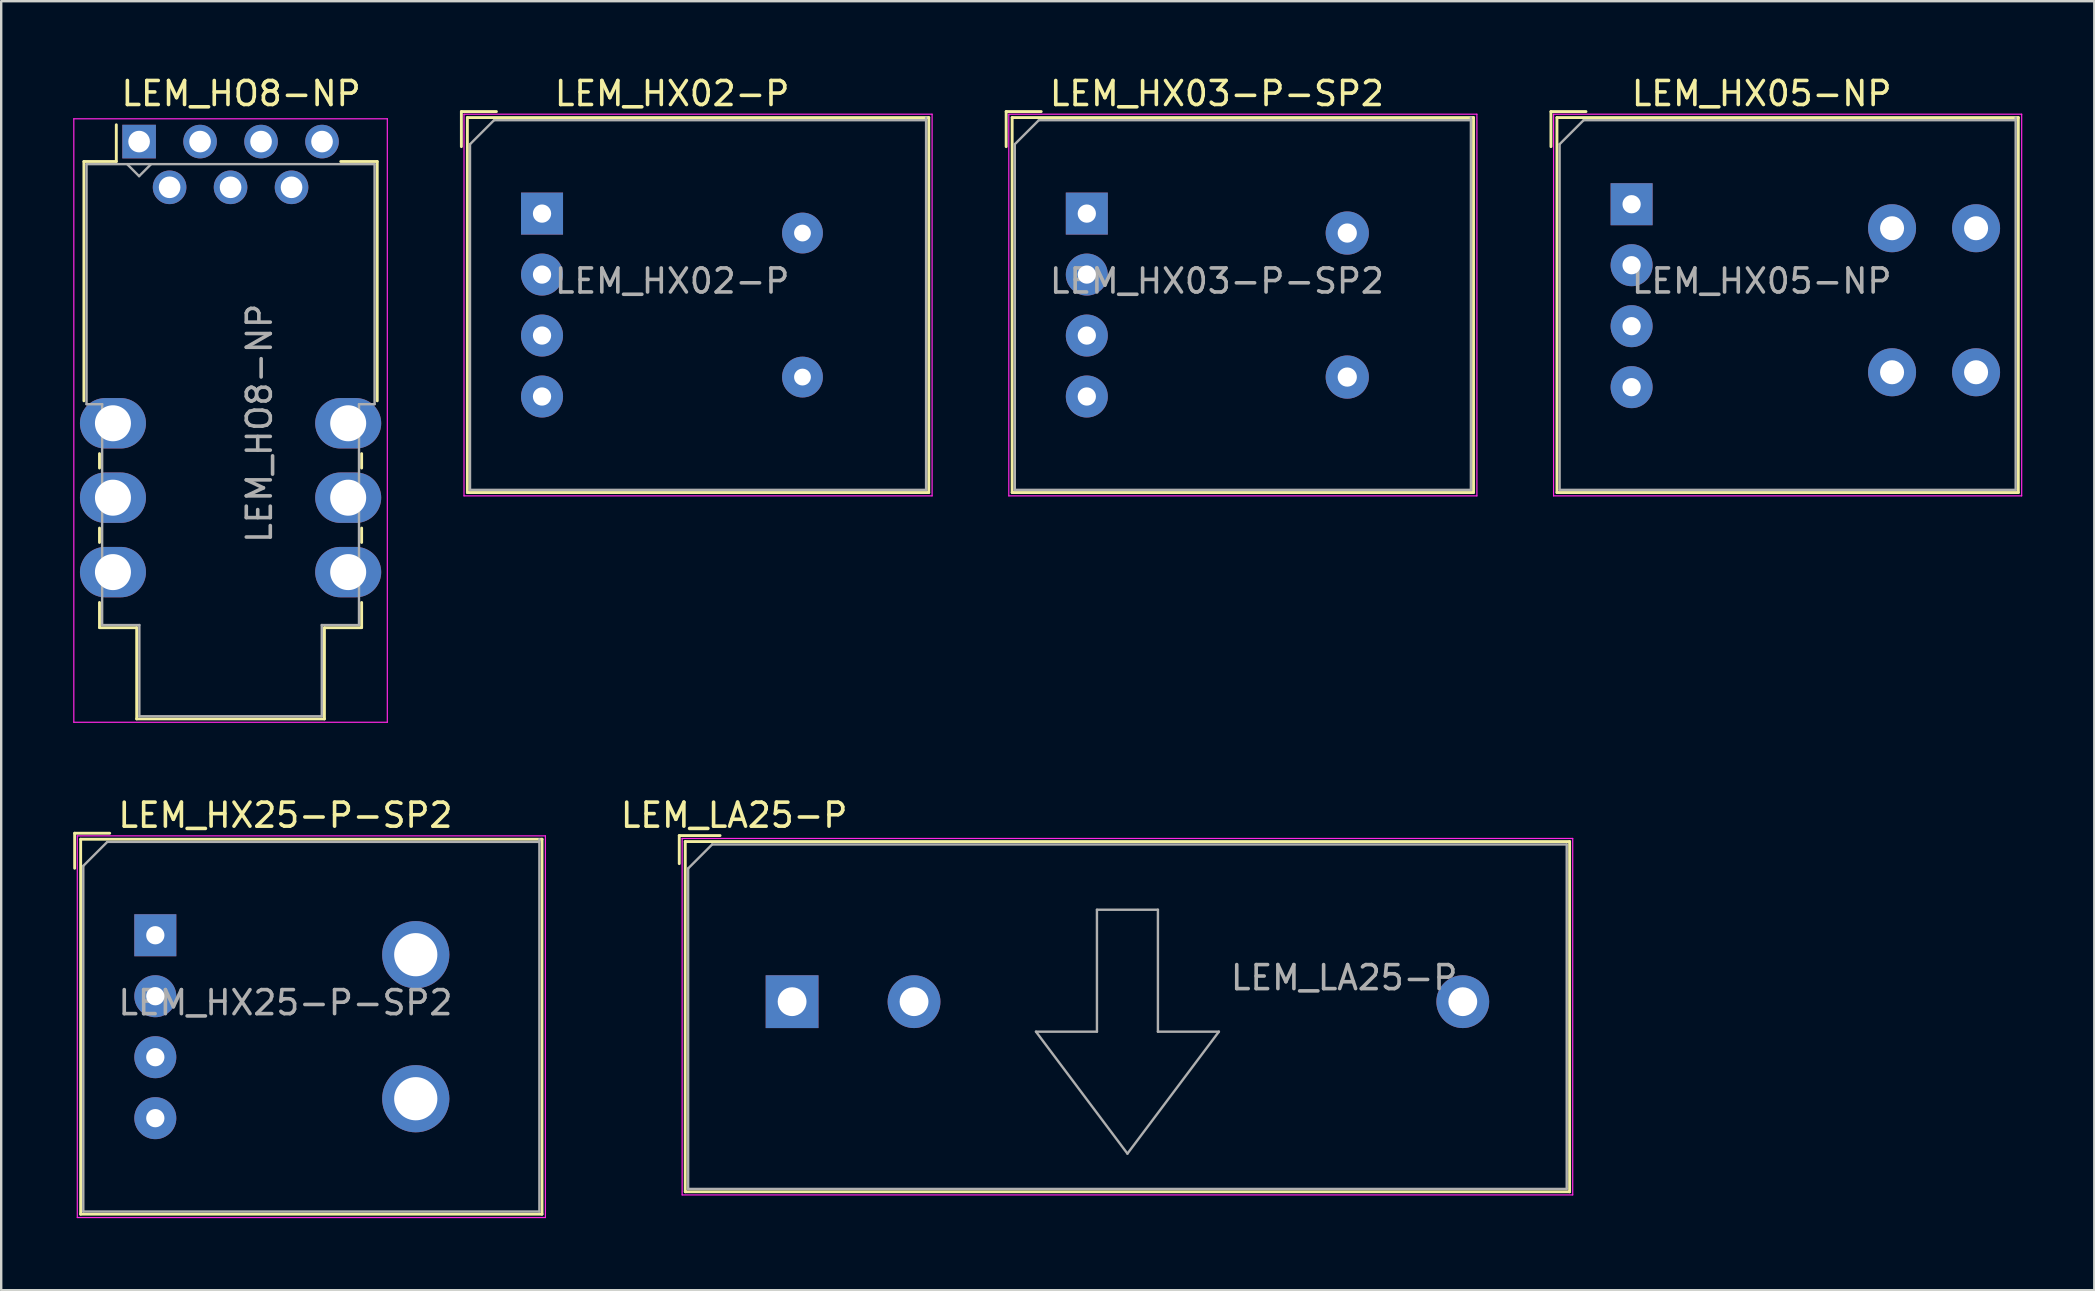
<source format=kicad_pcb>
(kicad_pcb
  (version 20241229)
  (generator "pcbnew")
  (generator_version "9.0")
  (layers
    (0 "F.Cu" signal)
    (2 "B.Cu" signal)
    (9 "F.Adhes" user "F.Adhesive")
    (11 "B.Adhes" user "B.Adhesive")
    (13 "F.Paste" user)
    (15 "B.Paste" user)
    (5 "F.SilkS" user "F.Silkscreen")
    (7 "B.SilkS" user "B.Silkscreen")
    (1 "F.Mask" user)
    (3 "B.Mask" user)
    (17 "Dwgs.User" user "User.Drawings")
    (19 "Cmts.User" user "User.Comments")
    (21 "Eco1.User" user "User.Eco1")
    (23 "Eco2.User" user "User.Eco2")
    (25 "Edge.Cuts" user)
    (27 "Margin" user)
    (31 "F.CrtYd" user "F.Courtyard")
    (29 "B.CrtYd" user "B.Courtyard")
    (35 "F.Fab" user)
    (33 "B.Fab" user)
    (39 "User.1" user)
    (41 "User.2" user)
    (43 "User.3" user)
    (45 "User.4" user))
  (footprint "LEM_HX25-P-SP2"
    (layer "F.Cu")
    (at 3.42 35.911)
    (property "Reference" "LEM_HX25-P-SP2" (at 5.42 -5 0) (layer "F.SilkS") (effects (font (size 1 1) (thickness 0.15))))
    (attr through_hole)
    (fp_line (start -3.36 -2.79) (end -3.36 -4.25) (stroke (width 0.12) (type solid)) (layer "F.SilkS"))
    (fp_line (start -3.11 -4) (end -3.11 11.62) (stroke (width 0.12) (type solid)) (layer "F.SilkS"))
    (fp_line (start -3.11 11.62) (end 16.11 11.62) (stroke (width 0.12) (type solid)) (layer "F.SilkS"))
    (fp_line (start -1.9 -4.25) (end -3.36 -4.25) (stroke (width 0.12) (type solid)) (layer "F.SilkS"))
    (fp_line (start 16.11 -4) (end -3.11 -4) (stroke (width 0.12) (type solid)) (layer "F.SilkS"))
    (fp_line (start 16.11 11.62) (end 16.11 -4) (stroke (width 0.12) (type solid)) (layer "F.SilkS"))
    (fp_line (start -3.25 -4.14) (end -3.25 11.76) (stroke (width 0.05) (type solid)) (layer "F.CrtYd"))
    (fp_line (start -3.25 11.76) (end 16.25 11.76) (stroke (width 0.05) (type solid)) (layer "F.CrtYd"))
    (fp_line (start 16.25 -4.14) (end -3.25 -4.14) (stroke (width 0.05) (type solid)) (layer "F.CrtYd"))
    (fp_line (start 16.25 11.76) (end 16.25 -4.14) (stroke (width 0.05) (type solid)) (layer "F.CrtYd"))
    (fp_line (start -3 -2.89) (end -3 11.51) (stroke (width 0.1) (type solid)) (layer "F.Fab"))
    (fp_line (start -3 11.51) (end 16 11.51) (stroke (width 0.1) (type solid)) (layer "F.Fab"))
    (fp_line (start -2 -3.89) (end -3 -2.89) (stroke (width 0.1) (type solid)) (layer "F.Fab"))
    (fp_line (start 16 -3.89) (end -2 -3.89) (stroke (width 0.1) (type solid)) (layer "F.Fab"))
    (fp_line (start 16 11.51) (end 16 -4) (stroke (width 0.1) (type solid)) (layer "F.Fab"))
    (fp_text user "${REFERENCE}" (at 5.42 2.81 0) (layer "F.Fab") (effects (font (size 1 1) (thickness 0.15))))
    (pad "1" thru_hole rect (at 0 0) (size 1.75 1.75) (drill 0.76) (layers "*.Cu" "*.Mask"))
    (pad "2" thru_hole circle (at 0 2.54) (size 1.75 1.75) (drill 0.76) (layers "*.Cu" "*.Mask"))
    (pad "3" thru_hole circle (at 0 5.08) (size 1.75 1.75) (drill 0.76) (layers "*.Cu" "*.Mask"))
    (pad "4" thru_hole circle (at 0 7.62) (size 1.75 1.75) (drill 0.76) (layers "*.Cu" "*.Mask"))
    (pad "5" thru_hole circle (at 10.85 0.81) (size 2.8 2.8) (drill 1.8) (layers "*.Cu" "*.Mask"))
    (pad "6" thru_hole circle (at 10.85 6.81) (size 2.8 2.8) (drill 1.8) (layers "*.Cu" "*.Mask")))
  (footprint "LEM_LA25-P"
    (layer "F.Cu")
    (at 29.947 38.678)
    (property "Reference" "LEM_LA25-P" (at -2.413 -7.767 0) (layer "F.SilkS") (effects (font (size 1 1) (thickness 0.15))))
    (attr through_hole)
    (fp_line (start -4.7 -6.92) (end -4.7 -5.75) (stroke (width 0.12) (type solid)) (layer "F.SilkS"))
    (fp_line (start -4.45 -6.67) (end -4.45 7.92) (stroke (width 0.12) (type solid)) (layer "F.SilkS"))
    (fp_line (start -4.45 7.92) (end 32.39 7.92) (stroke (width 0.12) (type solid)) (layer "F.SilkS"))
    (fp_line (start -3 -6.92) (end -4.7 -6.92) (stroke (width 0.12) (type solid)) (layer "F.SilkS"))
    (fp_line (start 32.39 -6.67) (end -4.45 -6.67) (stroke (width 0.12) (type solid)) (layer "F.SilkS"))
    (fp_line (start 32.39 7.92) (end 32.39 -6.67) (stroke (width 0.12) (type solid)) (layer "F.SilkS"))
    (fp_line (start -4.58 -6.8) (end -4.58 8.05) (stroke (width 0.05) (type solid)) (layer "F.CrtYd"))
    (fp_line (start -4.58 -6.8) (end 32.52 -6.8) (stroke (width 0.05) (type solid)) (layer "F.CrtYd"))
    (fp_line (start 32.52 8.05) (end -4.58 8.05) (stroke (width 0.05) (type solid)) (layer "F.CrtYd"))
    (fp_line (start 32.52 8.05) (end 32.52 -6.8) (stroke (width 0.05) (type solid)) (layer "F.CrtYd"))
    (fp_line (start -4.33 -5.55) (end -3.33 -6.55) (stroke (width 0.1) (type solid)) (layer "F.Fab"))
    (fp_line (start -4.33 7.8) (end -4.33 -5.55) (stroke (width 0.1) (type solid)) (layer "F.Fab"))
    (fp_line (start -3.33 -6.55) (end 32.27 -6.55) (stroke (width 0.1) (type solid)) (layer "F.Fab"))
    (fp_line (start 10.16 1.25) (end 13.97 6.33) (stroke (width 0.1) (type solid)) (layer "F.Fab"))
    (fp_line (start 12.7 -3.83) (end 12.7 1.25) (stroke (width 0.1) (type solid)) (layer "F.Fab"))
    (fp_line (start 12.7 1.25) (end 10.16 1.25) (stroke (width 0.1) (type solid)) (layer "F.Fab"))
    (fp_line (start 13.97 6.33) (end 17.78 1.25) (stroke (width 0.1) (type solid)) (layer "F.Fab"))
    (fp_line (start 15.24 -3.83) (end 12.7 -3.83) (stroke (width 0.1) (type solid)) (layer "F.Fab"))
    (fp_line (start 15.24 1.25) (end 15.24 -3.83) (stroke (width 0.1) (type solid)) (layer "F.Fab"))
    (fp_line (start 17.78 1.25) (end 15.24 1.25) (stroke (width 0.1) (type solid)) (layer "F.Fab"))
    (fp_line (start 32.27 -6.55) (end 32.27 7.8) (stroke (width 0.1) (type solid)) (layer "F.Fab"))
    (fp_line (start 32.27 7.8) (end -4.33 7.8) (stroke (width 0.1) (type solid)) (layer "F.Fab"))
    (fp_text user "${REFERENCE}" (at 23 -1 0) (layer "F.Fab") (effects (font (size 1 1) (thickness 0.15))))
    (pad "1" thru_hole rect (at 0 0) (size 2.2 2.2) (drill 1.2) (layers "*.Cu" "*.Mask"))
    (pad "2" thru_hole circle (at 5.08 0) (size 2.2 2.2) (drill 1.2) (layers "*.Cu" "*.Mask"))
    (pad "3" thru_hole circle (at 27.94 0) (size 2.2 2.2) (drill 1.2) (layers "*.Cu" "*.Mask")))
  (footprint "LEM_HX03-P-SP2"
    (layer "F.Cu")
    (at 42.225 5.848)
    (property "Reference" "LEM_HX03-P-SP2" (at 5.42 -5 0) (layer "F.SilkS") (effects (font (size 1 1) (thickness 0.15))))
    (attr through_hole)
    (fp_line (start -3.36 -2.79) (end -3.36 -4.25) (stroke (width 0.12) (type solid)) (layer "F.SilkS"))
    (fp_line (start -3.11 -4) (end -3.11 11.62) (stroke (width 0.12) (type solid)) (layer "F.SilkS"))
    (fp_line (start -3.11 11.62) (end 16.11 11.62) (stroke (width 0.12) (type solid)) (layer "F.SilkS"))
    (fp_line (start -1.9 -4.25) (end -3.36 -4.25) (stroke (width 0.12) (type solid)) (layer "F.SilkS"))
    (fp_line (start 16.11 -4) (end -3.11 -4) (stroke (width 0.12) (type solid)) (layer "F.SilkS"))
    (fp_line (start 16.11 11.62) (end 16.11 -4) (stroke (width 0.12) (type solid)) (layer "F.SilkS"))
    (fp_line (start -3.25 -4.14) (end -3.25 11.76) (stroke (width 0.05) (type solid)) (layer "F.CrtYd"))
    (fp_line (start -3.25 11.76) (end 16.25 11.76) (stroke (width 0.05) (type solid)) (layer "F.CrtYd"))
    (fp_line (start 16.25 -4.14) (end -3.25 -4.14) (stroke (width 0.05) (type solid)) (layer "F.CrtYd"))
    (fp_line (start 16.25 11.76) (end 16.25 -4.14) (stroke (width 0.05) (type solid)) (layer "F.CrtYd"))
    (fp_line (start -3 -2.89) (end -3 11.51) (stroke (width 0.1) (type solid)) (layer "F.Fab"))
    (fp_line (start -3 11.51) (end 16 11.51) (stroke (width 0.1) (type solid)) (layer "F.Fab"))
    (fp_line (start -2 -3.89) (end -3 -2.89) (stroke (width 0.1) (type solid)) (layer "F.Fab"))
    (fp_line (start 16 -3.89) (end -2 -3.89) (stroke (width 0.1) (type solid)) (layer "F.Fab"))
    (fp_line (start 16 11.51) (end 16 -4) (stroke (width 0.1) (type solid)) (layer "F.Fab"))
    (fp_text user "${REFERENCE}" (at 5.42 2.81 0) (layer "F.Fab") (effects (font (size 1 1) (thickness 0.15))))
    (pad "1" thru_hole rect (at 0 0) (size 1.75 1.75) (drill 0.76) (layers "*.Cu" "*.Mask"))
    (pad "2" thru_hole circle (at 0 2.54) (size 1.75 1.75) (drill 0.76) (layers "*.Cu" "*.Mask"))
    (pad "3" thru_hole circle (at 0 5.08) (size 1.75 1.75) (drill 0.76) (layers "*.Cu" "*.Mask"))
    (pad "4" thru_hole circle (at 0 7.62) (size 1.75 1.75) (drill 0.76) (layers "*.Cu" "*.Mask"))
    (pad "5" thru_hole circle (at 10.85 0.81) (size 1.8 1.8) (drill 0.8) (layers "*.Cu" "*.Mask"))
    (pad "6" thru_hole circle (at 10.85 6.81) (size 1.8 1.8) (drill 0.8) (layers "*.Cu" "*.Mask")))
  (footprint "LEM_HX02-P"
    (layer "F.Cu")
    (at 19.53 5.848)
    (property "Reference" "LEM_HX02-P" (at 5.42 -5 0) (layer "F.SilkS") (effects (font (size 1 1) (thickness 0.15))))
    (attr through_hole)
    (fp_line (start -3.36 -2.79) (end -3.36 -4.25) (stroke (width 0.12) (type solid)) (layer "F.SilkS"))
    (fp_line (start -3.11 -4) (end -3.11 11.62) (stroke (width 0.12) (type solid)) (layer "F.SilkS"))
    (fp_line (start -3.11 11.62) (end 16.11 11.62) (stroke (width 0.12) (type solid)) (layer "F.SilkS"))
    (fp_line (start -1.9 -4.25) (end -3.36 -4.25) (stroke (width 0.12) (type solid)) (layer "F.SilkS"))
    (fp_line (start 16.11 -4) (end -3.11 -4) (stroke (width 0.12) (type solid)) (layer "F.SilkS"))
    (fp_line (start 16.11 11.62) (end 16.11 -4) (stroke (width 0.12) (type solid)) (layer "F.SilkS"))
    (fp_line (start -3.25 -4.14) (end -3.25 11.76) (stroke (width 0.05) (type solid)) (layer "F.CrtYd"))
    (fp_line (start -3.25 11.76) (end 16.25 11.76) (stroke (width 0.05) (type solid)) (layer "F.CrtYd"))
    (fp_line (start 16.25 -4.14) (end -3.25 -4.14) (stroke (width 0.05) (type solid)) (layer "F.CrtYd"))
    (fp_line (start 16.25 11.76) (end 16.25 -4.14) (stroke (width 0.05) (type solid)) (layer "F.CrtYd"))
    (fp_line (start -3 -2.89) (end -3 11.51) (stroke (width 0.1) (type solid)) (layer "F.Fab"))
    (fp_line (start -3 11.51) (end 16 11.51) (stroke (width 0.1) (type solid)) (layer "F.Fab"))
    (fp_line (start -2 -3.89) (end -3 -2.89) (stroke (width 0.1) (type solid)) (layer "F.Fab"))
    (fp_line (start 16 -3.89) (end -2 -3.89) (stroke (width 0.1) (type solid)) (layer "F.Fab"))
    (fp_line (start 16 11.51) (end 16 -4) (stroke (width 0.1) (type solid)) (layer "F.Fab"))
    (fp_text user "${REFERENCE}" (at 5.42 2.81 0) (layer "F.Fab") (effects (font (size 1 1) (thickness 0.15))))
    (pad "1" thru_hole rect (at 0 0) (size 1.75 1.75) (drill 0.76) (layers "*.Cu" "*.Mask"))
    (pad "2" thru_hole circle (at 0 2.54) (size 1.75 1.75) (drill 0.76) (layers "*.Cu" "*.Mask"))
    (pad "3" thru_hole circle (at 0 5.08) (size 1.75 1.75) (drill 0.76) (layers "*.Cu" "*.Mask"))
    (pad "4" thru_hole circle (at 0 7.62) (size 1.75 1.75) (drill 0.76) (layers "*.Cu" "*.Mask"))
    (pad "5" thru_hole circle (at 10.85 0.81) (size 1.7 1.7) (drill 0.7) (layers "*.Cu" "*.Mask"))
    (pad "6" thru_hole circle (at 10.85 6.81) (size 1.7 1.7) (drill 0.7) (layers "*.Cu" "*.Mask")))
  (footprint "LEM_HX05-NP"
    (layer "F.Cu")
    (at 64.92 5.458)
    (property "Reference" "LEM_HX05-NP" (at 5.42 -4.61 0) (layer "F.SilkS") (effects (font (size 1 1) (thickness 0.15))))
    (attr through_hole)
    (fp_line (start -3.36 -2.4) (end -3.36 -3.86) (stroke (width 0.12) (type solid)) (layer "F.SilkS"))
    (fp_line (start -3.11 -3.61) (end -3.11 12.01) (stroke (width 0.12) (type solid)) (layer "F.SilkS"))
    (fp_line (start -3.11 12.01) (end 16.11 12.01) (stroke (width 0.12) (type solid)) (layer "F.SilkS"))
    (fp_line (start -1.9 -3.86) (end -3.36 -3.86) (stroke (width 0.12) (type solid)) (layer "F.SilkS"))
    (fp_line (start 16.11 -3.61) (end -3.11 -3.61) (stroke (width 0.12) (type solid)) (layer "F.SilkS"))
    (fp_line (start 16.11 12.01) (end 16.11 -3.61) (stroke (width 0.12) (type solid)) (layer "F.SilkS"))
    (fp_line (start -3.25 -3.75) (end -3.25 12.15) (stroke (width 0.05) (type solid)) (layer "F.CrtYd"))
    (fp_line (start -3.25 12.15) (end 16.25 12.15) (stroke (width 0.05) (type solid)) (layer "F.CrtYd"))
    (fp_line (start 16.25 -3.75) (end -3.25 -3.75) (stroke (width 0.05) (type solid)) (layer "F.CrtYd"))
    (fp_line (start 16.25 12.15) (end 16.25 -3.75) (stroke (width 0.05) (type solid)) (layer "F.CrtYd"))
    (fp_line (start -3 -2.5) (end -3 11.9) (stroke (width 0.1) (type solid)) (layer "F.Fab"))
    (fp_line (start -3 11.9) (end 16 11.9) (stroke (width 0.1) (type solid)) (layer "F.Fab"))
    (fp_line (start -2 -3.5) (end -3 -2.5) (stroke (width 0.1) (type solid)) (layer "F.Fab"))
    (fp_line (start 16 -3.5) (end -2 -3.5) (stroke (width 0.1) (type solid)) (layer "F.Fab"))
    (fp_line (start 16 11.9) (end 16 -3.61) (stroke (width 0.1) (type solid)) (layer "F.Fab"))
    (fp_text user "${REFERENCE}" (at 5.42 3.2 0) (layer "F.Fab") (effects (font (size 1 1) (thickness 0.15))))
    (pad "1" thru_hole rect (at 0 0) (size 1.75 1.75) (drill 0.76) (layers "*.Cu" "*.Mask"))
    (pad "2" thru_hole circle (at 0 2.54) (size 1.75 1.75) (drill 0.76) (layers "*.Cu" "*.Mask"))
    (pad "3" thru_hole circle (at 0 5.08) (size 1.75 1.75) (drill 0.76) (layers "*.Cu" "*.Mask"))
    (pad "4" thru_hole circle (at 0 7.62) (size 1.75 1.75) (drill 0.76) (layers "*.Cu" "*.Mask"))
    (pad "5" thru_hole circle (at 10.85 1) (size 2 2) (drill 1) (layers "*.Cu" "*.Mask"))
    (pad "6" thru_hole circle (at 10.85 7) (size 2 2) (drill 1) (layers "*.Cu" "*.Mask"))
    (pad "7" thru_hole circle (at 14.35 1) (size 2 2) (drill 1) (layers "*.Cu" "*.Mask"))
    (pad "8" thru_hole circle (at 14.35 7) (size 2 2) (drill 1) (layers "*.Cu" "*.Mask")))
  (footprint "LEM_HO8-NP"
    (layer "F.Cu")
    (at 2.745 2.848)
    (property "Reference" "LEM_HO8-NP" (at 4.25 -2 180) (layer "F.SilkS") (effects (font (size 1 1) (thickness 0.15))))
    (attr through_hole)
    (fp_line (start -2.3 0.83) (end -2.3 10.8) (stroke (width 0.12) (type solid)) (layer "F.SilkS"))
    (fp_line (start -2.3 0.83) (end -0.95 0.83) (stroke (width 0.12) (type solid)) (layer "F.SilkS"))
    (fp_line (start -1.65 13) (end -1.65 13.6) (stroke (width 0.12) (type solid)) (layer "F.SilkS"))
    (fp_line (start -1.65 16.1) (end -1.65 16.7) (stroke (width 0.12) (type solid)) (layer "F.SilkS"))
    (fp_line (start -1.65 19.2) (end -1.65 20.24) (stroke (width 0.12) (type solid)) (layer "F.SilkS"))
    (fp_line (start -1.65 20.25) (end -0.1 20.25) (stroke (width 0.12) (type solid)) (layer "F.SilkS"))
    (fp_line (start -0.95 0.83) (end -0.95 -0.7) (stroke (width 0.12) (type solid)) (layer "F.SilkS"))
    (fp_line (start -0.1 20.25) (end -0.1 24.05) (stroke (width 0.12) (type solid)) (layer "F.SilkS"))
    (fp_line (start -0.1 24.05) (end 7.72 24.05) (stroke (width 0.12) (type solid)) (layer "F.SilkS"))
    (fp_line (start 7.72 20.25) (end 9.27 20.25) (stroke (width 0.12) (type solid)) (layer "F.SilkS"))
    (fp_line (start 7.72 24.05) (end 7.72 20.25) (stroke (width 0.12) (type solid)) (layer "F.SilkS"))
    (fp_line (start 9.27 13) (end 9.27 13.6) (stroke (width 0.12) (type solid)) (layer "F.SilkS"))
    (fp_line (start 9.27 16.1) (end 9.27 16.7) (stroke (width 0.12) (type solid)) (layer "F.SilkS"))
    (fp_line (start 9.27 19.2) (end 9.27 20.24) (stroke (width 0.12) (type solid)) (layer "F.SilkS"))
    (fp_line (start 9.92 0.83) (end 8.4 0.83) (stroke (width 0.12) (type solid)) (layer "F.SilkS"))
    (fp_line (start 9.92 10.8) (end 9.92 0.83) (stroke (width 0.12) (type solid)) (layer "F.SilkS"))
    (fp_line (start -2.72 -0.95) (end -2.72 24.19) (stroke (width 0.05) (type solid)) (layer "F.CrtYd"))
    (fp_line (start -2.72 24.19) (end 10.34 24.19) (stroke (width 0.05) (type solid)) (layer "F.CrtYd"))
    (fp_line (start 10.34 -0.95) (end -2.72 -0.95) (stroke (width 0.05) (type solid)) (layer "F.CrtYd"))
    (fp_line (start 10.34 24.19) (end 10.34 -0.95) (stroke (width 0.05) (type solid)) (layer "F.CrtYd"))
    (fp_line (start -2.19 10.94) (end -2.19 0.94) (stroke (width 0.1) (type solid)) (layer "F.Fab"))
    (fp_line (start -2.19 10.94) (end -1.54 10.94) (stroke (width 0.1) (type solid)) (layer "F.Fab"))
    (fp_line (start -1.54 10.94) (end -1.54 20.14) (stroke (width 0.1) (type solid)) (layer "F.Fab"))
    (fp_line (start -0.5 0.94) (end 0 1.44) (stroke (width 0.1) (type solid)) (layer "F.Fab"))
    (fp_line (start 0 1.44) (end 0.5 0.94) (stroke (width 0.1) (type solid)) (layer "F.Fab"))
    (fp_line (start 0.01 20.14) (end -1.54 20.14) (stroke (width 0.1) (type solid)) (layer "F.Fab"))
    (fp_line (start 0.01 23.94) (end 0.01 20.14) (stroke (width 0.1) (type solid)) (layer "F.Fab"))
    (fp_line (start 0.01 23.94) (end 7.61 23.94) (stroke (width 0.1) (type solid)) (layer "F.Fab"))
    (fp_line (start 7.61 20.14) (end 9.16 20.14) (stroke (width 0.1) (type solid)) (layer "F.Fab"))
    (fp_line (start 7.61 23.94) (end 7.61 20.14) (stroke (width 0.1) (type solid)) (layer "F.Fab"))
    (fp_line (start 9.16 10.94) (end 9.16 20.14) (stroke (width 0.1) (type solid)) (layer "F.Fab"))
    (fp_line (start 9.81 0.94) (end -2.19 0.94) (stroke (width 0.1) (type solid)) (layer "F.Fab"))
    (fp_line (start 9.81 0.94) (end 9.81 10.94) (stroke (width 0.1) (type solid)) (layer "F.Fab"))
    (fp_line (start 9.81 10.94) (end 9.16 10.94) (stroke (width 0.1) (type solid)) (layer "F.Fab"))
    (fp_text user "${REFERENCE}" (at 5.01 11.735 270) (layer "F.Fab") (effects (font (size 1 1) (thickness 0.15))))
    (pad "1" thru_hole rect (at 0 0) (size 1.4 1.4) (drill 0.9) (layers "*.Cu" "*.Mask"))
    (pad "2" thru_hole circle (at 1.27 1.905) (size 1.4 1.4) (drill 0.9) (layers "*.Cu" "*.Mask"))
    (pad "3" thru_hole circle (at 2.54 0) (size 1.4 1.4) (drill 0.9) (layers "*.Cu" "*.Mask"))
    (pad "4" thru_hole circle (at 3.81 1.905) (size 1.4 1.4) (drill 0.9) (layers "*.Cu" "*.Mask"))
    (pad "5" thru_hole circle (at 5.08 0) (size 1.4 1.4) (drill 0.9) (layers "*.Cu" "*.Mask"))
    (pad "6" thru_hole circle (at 6.35 1.905) (size 1.4 1.4) (drill 0.9) (layers "*.Cu" "*.Mask"))
    (pad "7" thru_hole circle (at 7.62 0) (size 1.4 1.4) (drill 0.9) (layers "*.Cu" "*.Mask"))
    (pad "8" thru_hole oval (at 8.71 11.735) (size 2.75 2.1) (drill 1.5) (layers "*.Cu" "*.Mask"))
    (pad "9" thru_hole oval (at 8.71 14.835) (size 2.75 2.1) (drill 1.5) (layers "*.Cu" "*.Mask"))
    (pad "10" thru_hole oval (at 8.71 17.935) (size 2.75 2.1) (drill 1.5) (layers "*.Cu" "*.Mask"))
    (pad "11" thru_hole oval (at -1.09 17.935) (size 2.75 2.1) (drill 1.5) (layers "*.Cu" "*.Mask"))
    (pad "12" thru_hole oval (at -1.09 14.835) (size 2.75 2.1) (drill 1.5) (layers "*.Cu" "*.Mask"))
    (pad "13" thru_hole oval (at -1.09 11.735) (size 2.75 2.1) (drill 1.5) (layers "*.Cu" "*.Mask")))
  (gr_rect
    (start -3 -3)
    (end 84.195 50.697)
    (stroke (width 0.1) (type default))
    (fill no)
    (layer "Edge.Cuts")))
</source>
